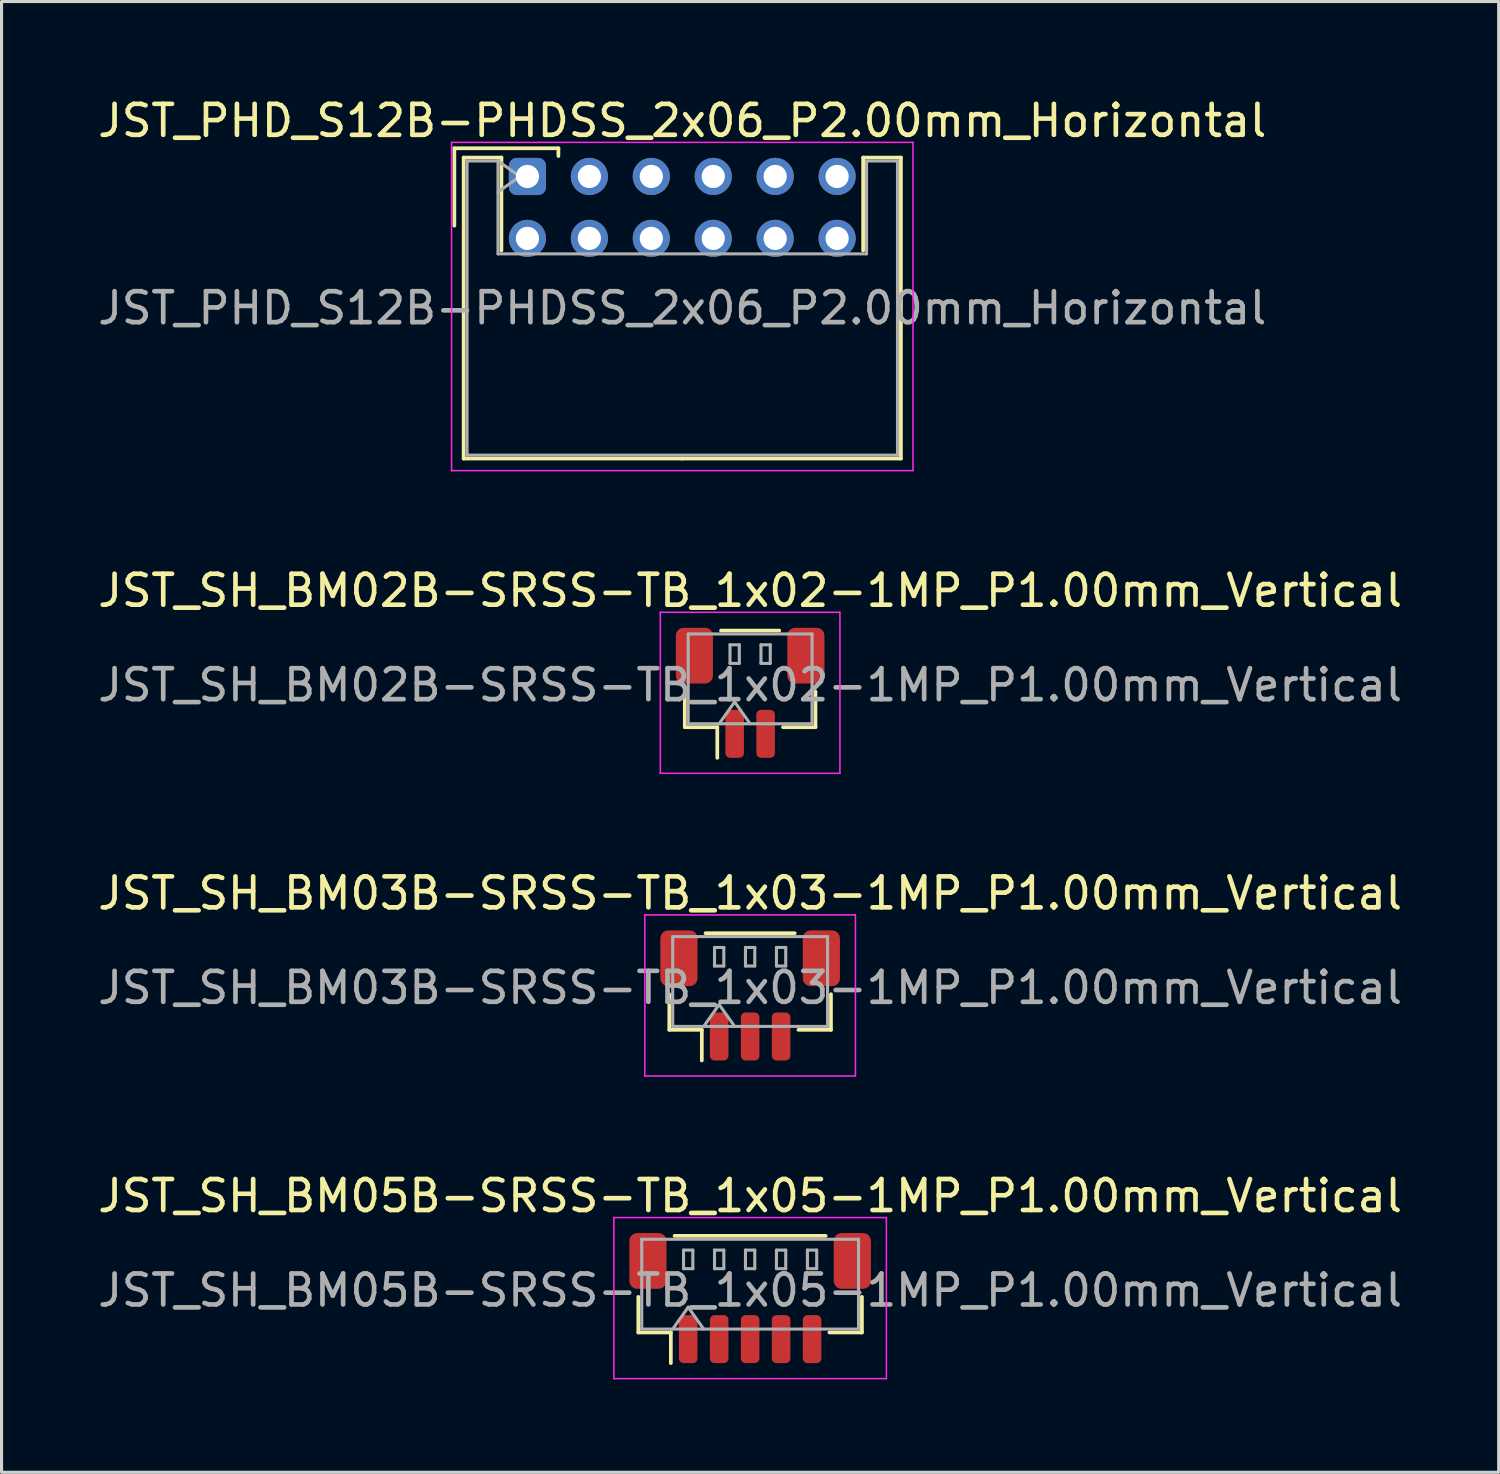
<source format=kicad_pcb>
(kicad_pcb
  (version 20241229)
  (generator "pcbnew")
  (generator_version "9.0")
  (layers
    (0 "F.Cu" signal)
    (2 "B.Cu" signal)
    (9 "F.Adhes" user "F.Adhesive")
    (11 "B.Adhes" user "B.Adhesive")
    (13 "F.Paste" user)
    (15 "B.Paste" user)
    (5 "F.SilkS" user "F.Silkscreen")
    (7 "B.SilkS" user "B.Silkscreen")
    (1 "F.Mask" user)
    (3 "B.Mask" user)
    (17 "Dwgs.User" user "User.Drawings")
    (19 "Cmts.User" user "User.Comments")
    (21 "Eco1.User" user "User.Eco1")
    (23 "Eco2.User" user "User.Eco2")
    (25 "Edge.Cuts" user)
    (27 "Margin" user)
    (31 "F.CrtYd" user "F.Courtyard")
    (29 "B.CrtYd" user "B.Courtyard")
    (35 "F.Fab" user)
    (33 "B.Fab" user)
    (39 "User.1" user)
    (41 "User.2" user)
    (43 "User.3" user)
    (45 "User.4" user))
  (footprint "JST_SH_BM05B-SRSS-TB_1x05-1MP_P1.00mm_Vertical"
    (layer "F.Cu")
    (at 21.173 38.868)
    (property "Reference" "JST_SH_BM05B-SRSS-TB_1x05-1MP_P1.00mm_Vertical" (at 0 -3.3 0) (layer "F.SilkS") (effects (font (size 1 1) (thickness 0.15))))
    (attr smd)
    (fp_line (start -3.61 -0.04) (end -3.61 1.11) (stroke (width 0.12) (type solid)) (layer "F.SilkS"))
    (fp_line (start -3.61 1.11) (end -2.56 1.11) (stroke (width 0.12) (type solid)) (layer "F.SilkS"))
    (fp_line (start -2.56 1.11) (end -2.56 2.1) (stroke (width 0.12) (type solid)) (layer "F.SilkS"))
    (fp_line (start -2.44 -2.01) (end 2.44 -2.01) (stroke (width 0.12) (type solid)) (layer "F.SilkS"))
    (fp_line (start 3.61 -0.04) (end 3.61 1.11) (stroke (width 0.12) (type solid)) (layer "F.SilkS"))
    (fp_line (start 3.61 1.11) (end 2.56 1.11) (stroke (width 0.12) (type solid)) (layer "F.SilkS"))
    (fp_line (start -4.4 -2.6) (end -4.4 2.6) (stroke (width 0.05) (type solid)) (layer "F.CrtYd"))
    (fp_line (start -4.4 2.6) (end 4.4 2.6) (stroke (width 0.05) (type solid)) (layer "F.CrtYd"))
    (fp_line (start 4.4 -2.6) (end -4.4 -2.6) (stroke (width 0.05) (type solid)) (layer "F.CrtYd"))
    (fp_line (start 4.4 2.6) (end 4.4 -2.6) (stroke (width 0.05) (type solid)) (layer "F.CrtYd"))
    (fp_line (start -3.5 -1.9) (end 3.5 -1.9) (stroke (width 0.1) (type solid)) (layer "F.Fab"))
    (fp_line (start -3.5 1) (end -3.5 -1.9) (stroke (width 0.1) (type solid)) (layer "F.Fab"))
    (fp_line (start -3.5 1) (end 3.5 1) (stroke (width 0.1) (type solid)) (layer "F.Fab"))
    (fp_line (start -2.5 1) (end -2 0.293) (stroke (width 0.1) (type solid)) (layer "F.Fab"))
    (fp_line (start -2.15 -1.55) (end -2.15 -0.95) (stroke (width 0.1) (type solid)) (layer "F.Fab"))
    (fp_line (start -2.15 -0.95) (end -1.85 -0.95) (stroke (width 0.1) (type solid)) (layer "F.Fab"))
    (fp_line (start -2 0.293) (end -1.5 1) (stroke (width 0.1) (type solid)) (layer "F.Fab"))
    (fp_line (start -1.85 -1.55) (end -2.15 -1.55) (stroke (width 0.1) (type solid)) (layer "F.Fab"))
    (fp_line (start -1.85 -0.95) (end -1.85 -1.55) (stroke (width 0.1) (type solid)) (layer "F.Fab"))
    (fp_line (start -1.15 -1.55) (end -1.15 -0.95) (stroke (width 0.1) (type solid)) (layer "F.Fab"))
    (fp_line (start -1.15 -0.95) (end -0.85 -0.95) (stroke (width 0.1) (type solid)) (layer "F.Fab"))
    (fp_line (start -0.85 -1.55) (end -1.15 -1.55) (stroke (width 0.1) (type solid)) (layer "F.Fab"))
    (fp_line (start -0.85 -0.95) (end -0.85 -1.55) (stroke (width 0.1) (type solid)) (layer "F.Fab"))
    (fp_line (start -0.15 -1.55) (end -0.15 -0.95) (stroke (width 0.1) (type solid)) (layer "F.Fab"))
    (fp_line (start -0.15 -0.95) (end 0.15 -0.95) (stroke (width 0.1) (type solid)) (layer "F.Fab"))
    (fp_line (start 0.15 -1.55) (end -0.15 -1.55) (stroke (width 0.1) (type solid)) (layer "F.Fab"))
    (fp_line (start 0.15 -0.95) (end 0.15 -1.55) (stroke (width 0.1) (type solid)) (layer "F.Fab"))
    (fp_line (start 0.85 -1.55) (end 0.85 -0.95) (stroke (width 0.1) (type solid)) (layer "F.Fab"))
    (fp_line (start 0.85 -0.95) (end 1.15 -0.95) (stroke (width 0.1) (type solid)) (layer "F.Fab"))
    (fp_line (start 1.15 -1.55) (end 0.85 -1.55) (stroke (width 0.1) (type solid)) (layer "F.Fab"))
    (fp_line (start 1.15 -0.95) (end 1.15 -1.55) (stroke (width 0.1) (type solid)) (layer "F.Fab"))
    (fp_line (start 1.85 -1.55) (end 1.85 -0.95) (stroke (width 0.1) (type solid)) (layer "F.Fab"))
    (fp_line (start 1.85 -0.95) (end 2.15 -0.95) (stroke (width 0.1) (type solid)) (layer "F.Fab"))
    (fp_line (start 2.15 -1.55) (end 1.85 -1.55) (stroke (width 0.1) (type solid)) (layer "F.Fab"))
    (fp_line (start 2.15 -0.95) (end 2.15 -1.55) (stroke (width 0.1) (type solid)) (layer "F.Fab"))
    (fp_line (start 3.5 1) (end 3.5 -1.9) (stroke (width 0.1) (type solid)) (layer "F.Fab"))
    (fp_text user "${REFERENCE}" (at 0 -0.25 0) (layer "F.Fab") (effects (font (size 1 1) (thickness 0.15))))
    (pad "1" smd roundrect (at -2 1.325) (size 0.6 1.55) (layers "F.Cu" "F.Mask" "F.Paste") (roundrect_rratio 0.25))
    (pad "2" smd roundrect (at -1 1.325) (size 0.6 1.55) (layers "F.Cu" "F.Mask" "F.Paste") (roundrect_rratio 0.25))
    (pad "3" smd roundrect (at 0 1.325) (size 0.6 1.55) (layers "F.Cu" "F.Mask" "F.Paste") (roundrect_rratio 0.25))
    (pad "4" smd roundrect (at 1 1.325) (size 0.6 1.55) (layers "F.Cu" "F.Mask" "F.Paste") (roundrect_rratio 0.25))
    (pad "5" smd roundrect (at 2 1.325) (size 0.6 1.55) (layers "F.Cu" "F.Mask" "F.Paste") (roundrect_rratio 0.25))
    (pad "MP" smd roundrect (at -3.3 -1.2) (size 1.2 1.8) (layers "F.Cu" "F.Mask" "F.Paste") (roundrect_rratio 0.208))
    (pad "MP" smd roundrect (at 3.3 -1.2) (size 1.2 1.8) (layers "F.Cu" "F.Mask" "F.Paste") (roundrect_rratio 0.208)))
  (footprint "JST_PHD_S12B-PHDSS_2x06_P2.00mm_Horizontal"
    (layer "F.Cu")
    (at 13.982 2.648)
    (property "Reference" "JST_PHD_S12B-PHDSS_2x06_P2.00mm_Horizontal" (at 5 -1.8 0) (layer "F.SilkS") (effects (font (size 1 1) (thickness 0.15))))
    (attr through_hole)
    (fp_line (start -2.36 -0.91) (end -2.36 1.59) (stroke (width 0.12) (type solid)) (layer "F.SilkS"))
    (fp_line (start -2.06 -0.61) (end -2.06 9.11) (stroke (width 0.12) (type solid)) (layer "F.SilkS"))
    (fp_line (start -2.06 9.11) (end 5 9.11) (stroke (width 0.12) (type solid)) (layer "F.SilkS"))
    (fp_line (start -0.84 -0.61) (end -2.06 -0.61) (stroke (width 0.12) (type solid)) (layer "F.SilkS"))
    (fp_line (start -0.84 2.39) (end -0.84 -0.61) (stroke (width 0.12) (type solid)) (layer "F.SilkS"))
    (fp_line (start 1 -0.91) (end -2.36 -0.91) (stroke (width 0.12) (type solid)) (layer "F.SilkS"))
    (fp_line (start 1 -0.66) (end 1 -0.91) (stroke (width 0.12) (type solid)) (layer "F.SilkS"))
    (fp_line (start 10.84 -0.61) (end 12.06 -0.61) (stroke (width 0.12) (type solid)) (layer "F.SilkS"))
    (fp_line (start 10.84 2.39) (end 10.84 -0.61) (stroke (width 0.12) (type solid)) (layer "F.SilkS"))
    (fp_line (start 12.06 -0.61) (end 12.06 9.11) (stroke (width 0.12) (type solid)) (layer "F.SilkS"))
    (fp_line (start 12.06 9.11) (end 5 9.11) (stroke (width 0.12) (type solid)) (layer "F.SilkS"))
    (fp_line (start -2.45 -1.1) (end -2.45 9.5) (stroke (width 0.05) (type solid)) (layer "F.CrtYd"))
    (fp_line (start -2.45 9.5) (end 12.45 9.5) (stroke (width 0.05) (type solid)) (layer "F.CrtYd"))
    (fp_line (start 12.45 -1.1) (end -2.45 -1.1) (stroke (width 0.05) (type solid)) (layer "F.CrtYd"))
    (fp_line (start 12.45 9.5) (end 12.45 -1.1) (stroke (width 0.05) (type solid)) (layer "F.CrtYd"))
    (fp_line (start -1.95 -0.5) (end -0.95 -0.5) (stroke (width 0.1) (type solid)) (layer "F.Fab"))
    (fp_line (start -1.95 9) (end -1.95 -0.5) (stroke (width 0.1) (type solid)) (layer "F.Fab"))
    (fp_line (start -0.95 -0.5) (end -0.95 2.5) (stroke (width 0.1) (type solid)) (layer "F.Fab"))
    (fp_line (start -0.95 -0.5) (end -0.243 0) (stroke (width 0.1) (type solid)) (layer "F.Fab"))
    (fp_line (start -0.95 2.5) (end 10.95 2.5) (stroke (width 0.1) (type solid)) (layer "F.Fab"))
    (fp_line (start -0.243 0) (end -0.95 0.5) (stroke (width 0.1) (type solid)) (layer "F.Fab"))
    (fp_line (start 10.95 -0.5) (end 11.95 -0.5) (stroke (width 0.1) (type solid)) (layer "F.Fab"))
    (fp_line (start 10.95 2.5) (end 10.95 -0.5) (stroke (width 0.1) (type solid)) (layer "F.Fab"))
    (fp_line (start 11.95 -0.5) (end 11.95 9) (stroke (width 0.1) (type solid)) (layer "F.Fab"))
    (fp_line (start 11.95 9) (end -1.95 9) (stroke (width 0.1) (type solid)) (layer "F.Fab"))
    (fp_text user "${REFERENCE}" (at 5 4.25 0) (layer "F.Fab") (effects (font (size 1 1) (thickness 0.15))))
    (pad "1" thru_hole roundrect (at 0 0) (size 1.2 1.2) (drill 0.75) (layers "*.Cu" "*.Mask") (roundrect_rratio 0.208))
    (pad "2" thru_hole circle (at 0 2) (size 1.2 1.2) (drill 0.75) (layers "*.Cu" "*.Mask"))
    (pad "3" thru_hole circle (at 2 0) (size 1.2 1.2) (drill 0.75) (layers "*.Cu" "*.Mask"))
    (pad "4" thru_hole circle (at 2 2) (size 1.2 1.2) (drill 0.75) (layers "*.Cu" "*.Mask"))
    (pad "5" thru_hole circle (at 4 0) (size 1.2 1.2) (drill 0.75) (layers "*.Cu" "*.Mask"))
    (pad "6" thru_hole circle (at 4 2) (size 1.2 1.2) (drill 0.75) (layers "*.Cu" "*.Mask"))
    (pad "7" thru_hole circle (at 6 0) (size 1.2 1.2) (drill 0.75) (layers "*.Cu" "*.Mask"))
    (pad "8" thru_hole circle (at 6 2) (size 1.2 1.2) (drill 0.75) (layers "*.Cu" "*.Mask"))
    (pad "9" thru_hole circle (at 8 0) (size 1.2 1.2) (drill 0.75) (layers "*.Cu" "*.Mask"))
    (pad "10" thru_hole circle (at 8 2) (size 1.2 1.2) (drill 0.75) (layers "*.Cu" "*.Mask"))
    (pad "11" thru_hole circle (at 10 0) (size 1.2 1.2) (drill 0.75) (layers "*.Cu" "*.Mask"))
    (pad "12" thru_hole circle (at 10 2) (size 1.2 1.2) (drill 0.75) (layers "*.Cu" "*.Mask")))
  (footprint "JST_SH_BM02B-SRSS-TB_1x02-1MP_P1.00mm_Vertical"
    (layer "F.Cu")
    (at 21.173 19.322)
    (property "Reference" "JST_SH_BM02B-SRSS-TB_1x02-1MP_P1.00mm_Vertical" (at 0 -3.3 0) (layer "F.SilkS") (effects (font (size 1 1) (thickness 0.15))))
    (attr smd)
    (fp_line (start -2.11 -0.04) (end -2.11 1.11) (stroke (width 0.12) (type solid)) (layer "F.SilkS"))
    (fp_line (start -2.11 1.11) (end -1.06 1.11) (stroke (width 0.12) (type solid)) (layer "F.SilkS"))
    (fp_line (start -1.06 1.11) (end -1.06 2.1) (stroke (width 0.12) (type solid)) (layer "F.SilkS"))
    (fp_line (start -0.94 -2.01) (end 0.94 -2.01) (stroke (width 0.12) (type solid)) (layer "F.SilkS"))
    (fp_line (start 2.11 -0.04) (end 2.11 1.11) (stroke (width 0.12) (type solid)) (layer "F.SilkS"))
    (fp_line (start 2.11 1.11) (end 1.06 1.11) (stroke (width 0.12) (type solid)) (layer "F.SilkS"))
    (fp_line (start -2.9 -2.6) (end -2.9 2.6) (stroke (width 0.05) (type solid)) (layer "F.CrtYd"))
    (fp_line (start -2.9 2.6) (end 2.9 2.6) (stroke (width 0.05) (type solid)) (layer "F.CrtYd"))
    (fp_line (start 2.9 -2.6) (end -2.9 -2.6) (stroke (width 0.05) (type solid)) (layer "F.CrtYd"))
    (fp_line (start 2.9 2.6) (end 2.9 -2.6) (stroke (width 0.05) (type solid)) (layer "F.CrtYd"))
    (fp_line (start -2 -1.9) (end 2 -1.9) (stroke (width 0.1) (type solid)) (layer "F.Fab"))
    (fp_line (start -2 1) (end -2 -1.9) (stroke (width 0.1) (type solid)) (layer "F.Fab"))
    (fp_line (start -2 1) (end 2 1) (stroke (width 0.1) (type solid)) (layer "F.Fab"))
    (fp_line (start -1 1) (end -0.5 0.293) (stroke (width 0.1) (type solid)) (layer "F.Fab"))
    (fp_line (start -0.65 -1.55) (end -0.65 -0.95) (stroke (width 0.1) (type solid)) (layer "F.Fab"))
    (fp_line (start -0.65 -0.95) (end -0.35 -0.95) (stroke (width 0.1) (type solid)) (layer "F.Fab"))
    (fp_line (start -0.5 0.293) (end 0 1) (stroke (width 0.1) (type solid)) (layer "F.Fab"))
    (fp_line (start -0.35 -1.55) (end -0.65 -1.55) (stroke (width 0.1) (type solid)) (layer "F.Fab"))
    (fp_line (start -0.35 -0.95) (end -0.35 -1.55) (stroke (width 0.1) (type solid)) (layer "F.Fab"))
    (fp_line (start 0.35 -1.55) (end 0.35 -0.95) (stroke (width 0.1) (type solid)) (layer "F.Fab"))
    (fp_line (start 0.35 -0.95) (end 0.65 -0.95) (stroke (width 0.1) (type solid)) (layer "F.Fab"))
    (fp_line (start 0.65 -1.55) (end 0.35 -1.55) (stroke (width 0.1) (type solid)) (layer "F.Fab"))
    (fp_line (start 0.65 -0.95) (end 0.65 -1.55) (stroke (width 0.1) (type solid)) (layer "F.Fab"))
    (fp_line (start 2 1) (end 2 -1.9) (stroke (width 0.1) (type solid)) (layer "F.Fab"))
    (fp_text user "${REFERENCE}" (at 0 -0.25 0) (layer "F.Fab") (effects (font (size 1 1) (thickness 0.15))))
    (pad "1" smd roundrect (at -0.5 1.325) (size 0.6 1.55) (layers "F.Cu" "F.Mask" "F.Paste") (roundrect_rratio 0.25))
    (pad "2" smd roundrect (at 0.5 1.325) (size 0.6 1.55) (layers "F.Cu" "F.Mask" "F.Paste") (roundrect_rratio 0.25))
    (pad "MP" smd roundrect (at -1.8 -1.2) (size 1.2 1.8) (layers "F.Cu" "F.Mask" "F.Paste") (roundrect_rratio 0.208))
    (pad "MP" smd roundrect (at 1.8 -1.2) (size 1.2 1.8) (layers "F.Cu" "F.Mask" "F.Paste") (roundrect_rratio 0.208)))
  (footprint "JST_SH_BM03B-SRSS-TB_1x03-1MP_P1.00mm_Vertical"
    (layer "F.Cu")
    (at 21.173 29.095)
    (property "Reference" "JST_SH_BM03B-SRSS-TB_1x03-1MP_P1.00mm_Vertical" (at 0 -3.3 0) (layer "F.SilkS") (effects (font (size 1 1) (thickness 0.15))))
    (attr smd)
    (fp_line (start -2.61 -0.04) (end -2.61 1.11) (stroke (width 0.12) (type solid)) (layer "F.SilkS"))
    (fp_line (start -2.61 1.11) (end -1.56 1.11) (stroke (width 0.12) (type solid)) (layer "F.SilkS"))
    (fp_line (start -1.56 1.11) (end -1.56 2.1) (stroke (width 0.12) (type solid)) (layer "F.SilkS"))
    (fp_line (start -1.44 -2.01) (end 1.44 -2.01) (stroke (width 0.12) (type solid)) (layer "F.SilkS"))
    (fp_line (start 2.61 -0.04) (end 2.61 1.11) (stroke (width 0.12) (type solid)) (layer "F.SilkS"))
    (fp_line (start 2.61 1.11) (end 1.56 1.11) (stroke (width 0.12) (type solid)) (layer "F.SilkS"))
    (fp_line (start -3.4 -2.6) (end -3.4 2.6) (stroke (width 0.05) (type solid)) (layer "F.CrtYd"))
    (fp_line (start -3.4 2.6) (end 3.4 2.6) (stroke (width 0.05) (type solid)) (layer "F.CrtYd"))
    (fp_line (start 3.4 -2.6) (end -3.4 -2.6) (stroke (width 0.05) (type solid)) (layer "F.CrtYd"))
    (fp_line (start 3.4 2.6) (end 3.4 -2.6) (stroke (width 0.05) (type solid)) (layer "F.CrtYd"))
    (fp_line (start -2.5 -1.9) (end 2.5 -1.9) (stroke (width 0.1) (type solid)) (layer "F.Fab"))
    (fp_line (start -2.5 1) (end -2.5 -1.9) (stroke (width 0.1) (type solid)) (layer "F.Fab"))
    (fp_line (start -2.5 1) (end 2.5 1) (stroke (width 0.1) (type solid)) (layer "F.Fab"))
    (fp_line (start -1.5 1) (end -1 0.293) (stroke (width 0.1) (type solid)) (layer "F.Fab"))
    (fp_line (start -1.15 -1.55) (end -1.15 -0.95) (stroke (width 0.1) (type solid)) (layer "F.Fab"))
    (fp_line (start -1.15 -0.95) (end -0.85 -0.95) (stroke (width 0.1) (type solid)) (layer "F.Fab"))
    (fp_line (start -1 0.293) (end -0.5 1) (stroke (width 0.1) (type solid)) (layer "F.Fab"))
    (fp_line (start -0.85 -1.55) (end -1.15 -1.55) (stroke (width 0.1) (type solid)) (layer "F.Fab"))
    (fp_line (start -0.85 -0.95) (end -0.85 -1.55) (stroke (width 0.1) (type solid)) (layer "F.Fab"))
    (fp_line (start -0.15 -1.55) (end -0.15 -0.95) (stroke (width 0.1) (type solid)) (layer "F.Fab"))
    (fp_line (start -0.15 -0.95) (end 0.15 -0.95) (stroke (width 0.1) (type solid)) (layer "F.Fab"))
    (fp_line (start 0.15 -1.55) (end -0.15 -1.55) (stroke (width 0.1) (type solid)) (layer "F.Fab"))
    (fp_line (start 0.15 -0.95) (end 0.15 -1.55) (stroke (width 0.1) (type solid)) (layer "F.Fab"))
    (fp_line (start 0.85 -1.55) (end 0.85 -0.95) (stroke (width 0.1) (type solid)) (layer "F.Fab"))
    (fp_line (start 0.85 -0.95) (end 1.15 -0.95) (stroke (width 0.1) (type solid)) (layer "F.Fab"))
    (fp_line (start 1.15 -1.55) (end 0.85 -1.55) (stroke (width 0.1) (type solid)) (layer "F.Fab"))
    (fp_line (start 1.15 -0.95) (end 1.15 -1.55) (stroke (width 0.1) (type solid)) (layer "F.Fab"))
    (fp_line (start 2.5 1) (end 2.5 -1.9) (stroke (width 0.1) (type solid)) (layer "F.Fab"))
    (fp_text user "${REFERENCE}" (at 0 -0.25 0) (layer "F.Fab") (effects (font (size 1 1) (thickness 0.15))))
    (pad "1" smd roundrect (at -1 1.325) (size 0.6 1.55) (layers "F.Cu" "F.Mask" "F.Paste") (roundrect_rratio 0.25))
    (pad "2" smd roundrect (at 0 1.325) (size 0.6 1.55) (layers "F.Cu" "F.Mask" "F.Paste") (roundrect_rratio 0.25))
    (pad "3" smd roundrect (at 1 1.325) (size 0.6 1.55) (layers "F.Cu" "F.Mask" "F.Paste") (roundrect_rratio 0.25))
    (pad "MP" smd roundrect (at -2.3 -1.2) (size 1.2 1.8) (layers "F.Cu" "F.Mask" "F.Paste") (roundrect_rratio 0.208))
    (pad "MP" smd roundrect (at 2.3 -1.2) (size 1.2 1.8) (layers "F.Cu" "F.Mask" "F.Paste") (roundrect_rratio 0.208)))
  (gr_rect
    (start -3 -3)
    (end 45.345 44.493)
    (stroke (width 0.1) (type default))
    (fill no)
    (layer "Edge.Cuts")))
</source>
